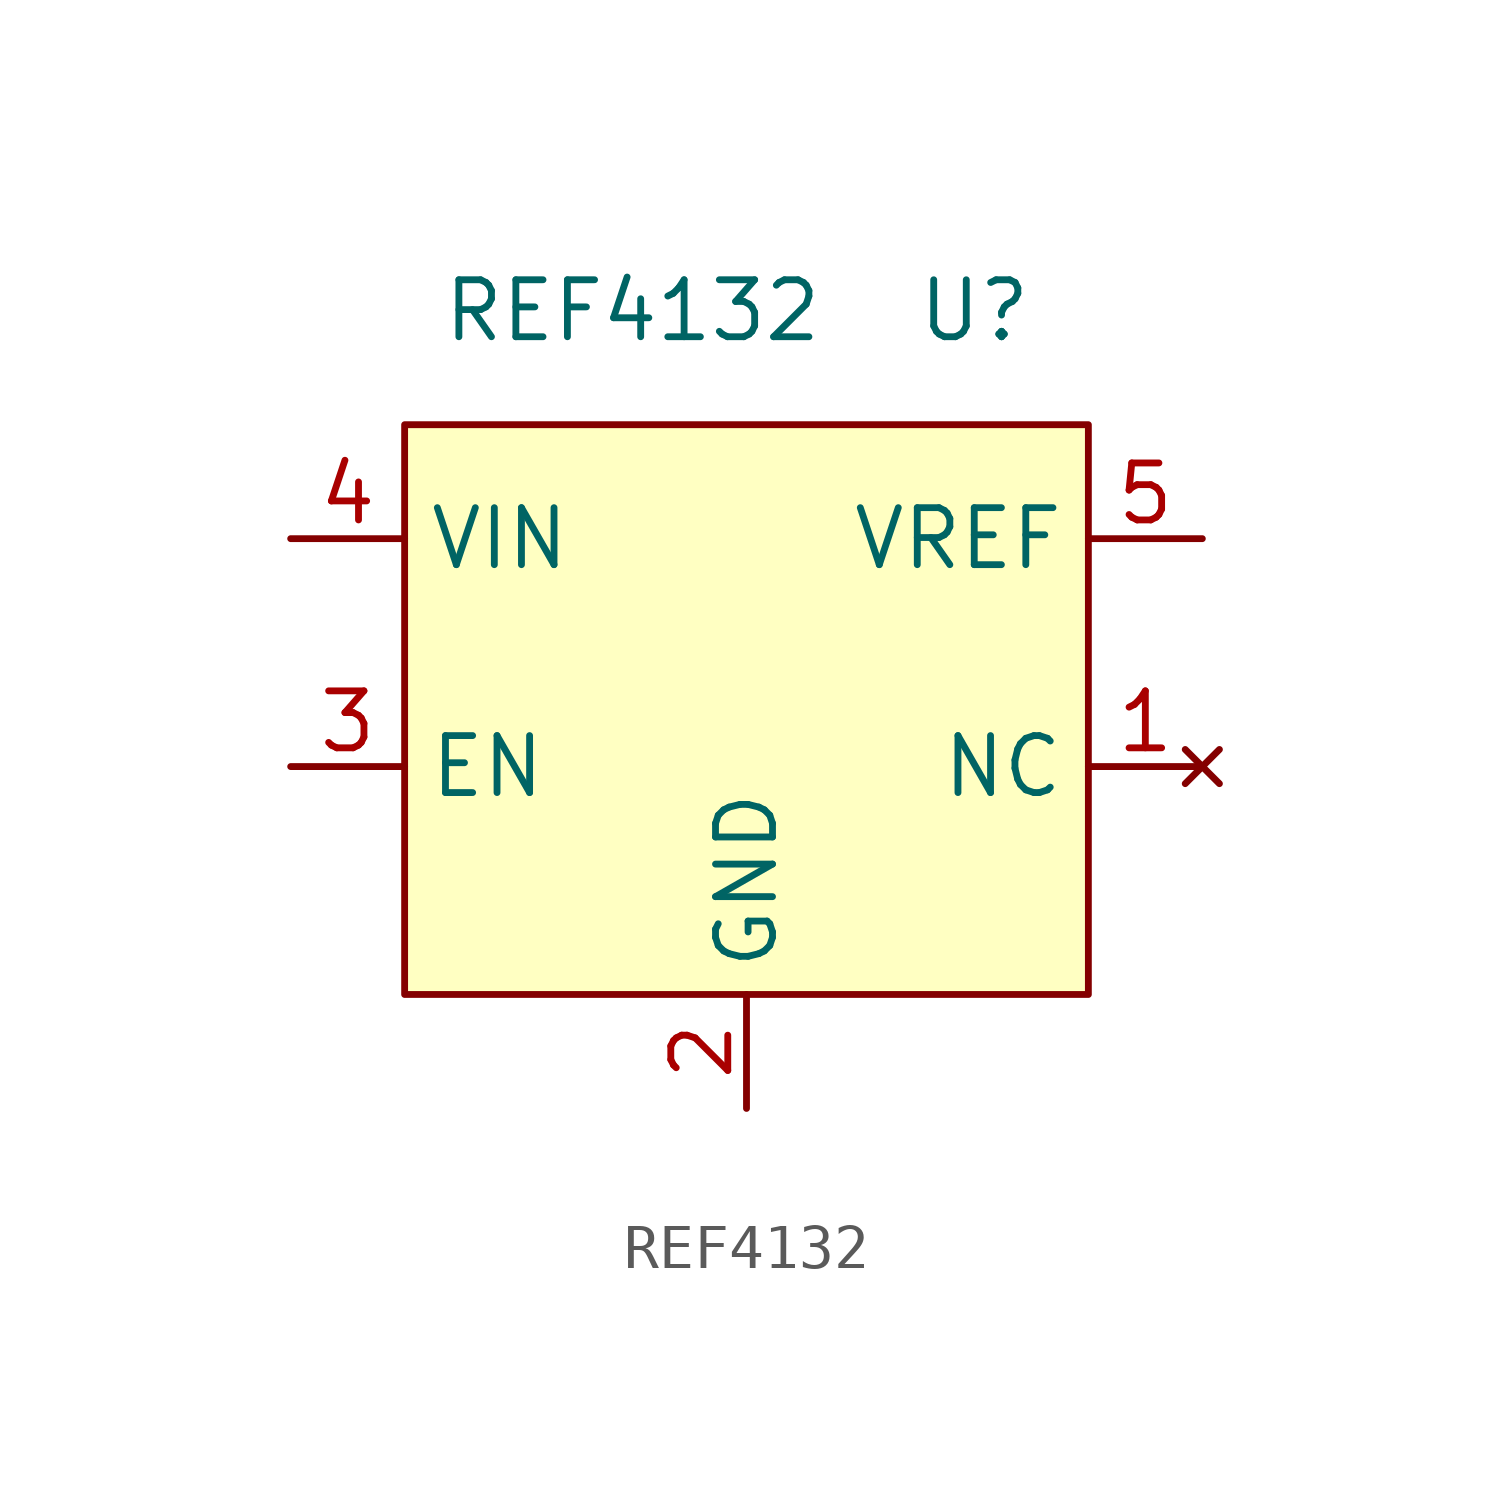
<source format=kicad_sym>
(kicad_symbol_lib
  (version 20211014)
  (generator kicad_symbol_editor)
  (symbol "REF4132"
    (property "Reference" "U"
      (at 10.16 2.54 0)
      (effects (font (size 1.27 1.27))))
    (property "Value" "REF4132"
      (at 2.54 2.54 0)
      (effects (font (size 1.27 1.27))))
    (symbol "REF4132_0_1"
      (rectangle (start -2.54 0) (end 12.7 -12.7) (stroke (width 0) (type default) (color 0 0 0 0)) (fill (type background))))
    (symbol "REF4132_1_1"
      (pin no_connect line (at 15.24 -7.62 180) (length 2.54) (name "NC" (effects (font (size 1.27 1.27)))) (number "1" (effects (font (size 1.27 1.27)))))
      (pin power_in line (at 5.08 -15.24 90) (length 2.54) (name "GND" (effects (font (size 1.27 1.27)))) (number "2" (effects (font (size 1.27 1.27)))))
      (pin input line (at -5.08 -7.62 0) (length 2.54) (name "EN" (effects (font (size 1.27 1.27)))) (number "3" (effects (font (size 1.27 1.27)))))
      (pin power_in line (at -5.08 -2.54 0) (length 2.54) (name "VIN" (effects (font (size 1.27 1.27)))) (number "4" (effects (font (size 1.27 1.27)))))
      (pin power_out line (at 15.24 -2.54 180) (length 2.54) (name "VREF" (effects (font (size 1.27 1.27)))) (number "5" (effects (font (size 1.27 1.27))))))))
</source>
